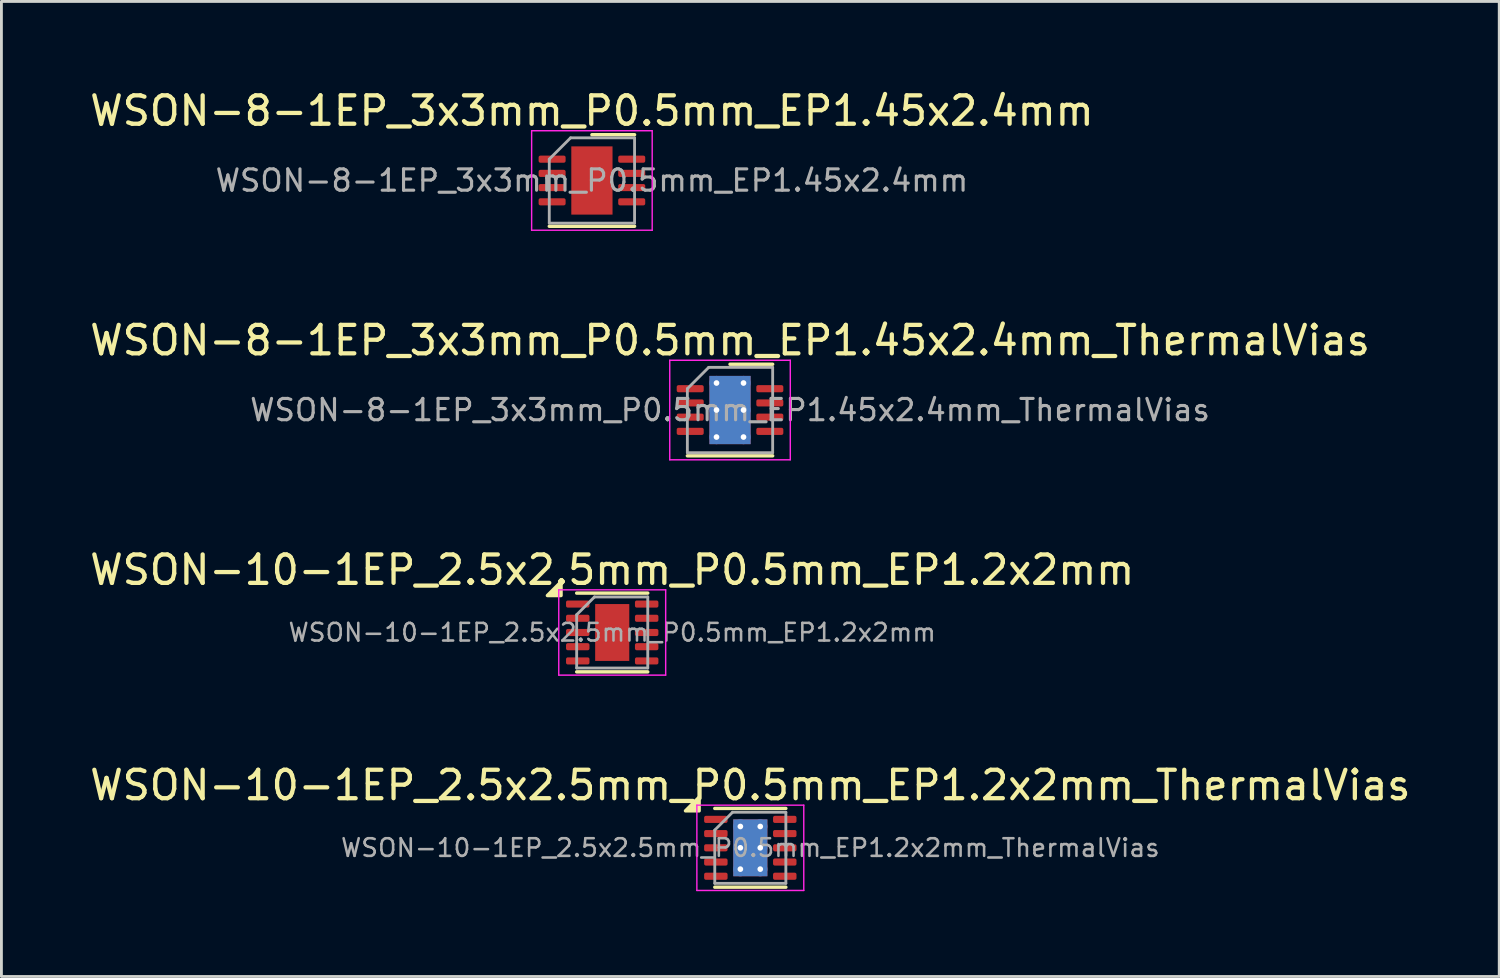
<source format=kicad_pcb>
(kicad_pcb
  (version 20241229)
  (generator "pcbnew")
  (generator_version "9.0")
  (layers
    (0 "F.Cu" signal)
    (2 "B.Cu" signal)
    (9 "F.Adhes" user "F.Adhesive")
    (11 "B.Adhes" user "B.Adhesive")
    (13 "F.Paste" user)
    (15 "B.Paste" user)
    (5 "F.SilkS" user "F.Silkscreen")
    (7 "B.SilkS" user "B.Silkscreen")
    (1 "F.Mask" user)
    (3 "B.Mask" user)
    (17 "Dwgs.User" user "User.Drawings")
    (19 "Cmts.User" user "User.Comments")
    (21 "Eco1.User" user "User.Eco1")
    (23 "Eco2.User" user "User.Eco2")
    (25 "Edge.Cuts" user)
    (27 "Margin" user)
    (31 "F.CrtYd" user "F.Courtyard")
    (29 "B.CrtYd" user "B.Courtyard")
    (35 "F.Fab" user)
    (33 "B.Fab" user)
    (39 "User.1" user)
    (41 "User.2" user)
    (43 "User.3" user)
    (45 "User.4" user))
  (footprint "WSON-8-1EP_3x3mm_P0.5mm_EP1.45x2.4mm"
    (layer "F.Cu")
    (at 17.768 3.298)
    (property "Reference" "WSON-8-1EP_3x3mm_P0.5mm_EP1.45x2.4mm" (at 0 -2.45 0) (layer "F.SilkS") (effects (font (size 1 1) (thickness 0.15))))
    (attr smd)
    (fp_line (start -1.5 1.61) (end 1.5 1.61) (stroke (width 0.12) (type solid)) (layer "F.SilkS"))
    (fp_line (start 0 -1.61) (end 1.5 -1.61) (stroke (width 0.12) (type solid)) (layer "F.SilkS"))
    (fp_line (start -2.12 -1.75) (end -2.12 1.75) (stroke (width 0.05) (type solid)) (layer "F.CrtYd"))
    (fp_line (start -2.12 1.75) (end 2.12 1.75) (stroke (width 0.05) (type solid)) (layer "F.CrtYd"))
    (fp_line (start 2.12 -1.75) (end -2.12 -1.75) (stroke (width 0.05) (type solid)) (layer "F.CrtYd"))
    (fp_line (start 2.12 1.75) (end 2.12 -1.75) (stroke (width 0.05) (type solid)) (layer "F.CrtYd"))
    (fp_line (start -1.5 -0.75) (end -0.75 -1.5) (stroke (width 0.1) (type solid)) (layer "F.Fab"))
    (fp_line (start -1.5 1.5) (end -1.5 -0.75) (stroke (width 0.1) (type solid)) (layer "F.Fab"))
    (fp_line (start -0.75 -1.5) (end 1.5 -1.5) (stroke (width 0.1) (type solid)) (layer "F.Fab"))
    (fp_line (start 1.5 -1.5) (end 1.5 1.5) (stroke (width 0.1) (type solid)) (layer "F.Fab"))
    (fp_line (start 1.5 1.5) (end -1.5 1.5) (stroke (width 0.1) (type solid)) (layer "F.Fab"))
    (fp_text user "${REFERENCE}" (at 0 0 0) (layer "F.Fab") (effects (font (size 0.75 0.75) (thickness 0.11))))
    (pad "" smd roundrect (at 0 -0.6) (size 1.17 0.97) (layers "F.Paste") (roundrect_rratio 0.25))
    (pad "" smd roundrect (at 0 0.6) (size 1.17 0.97) (layers "F.Paste") (roundrect_rratio 0.25))
    (pad "1" smd roundrect (at -1.4 -0.75) (size 0.95 0.25) (layers "F.Cu" "F.Mask" "F.Paste") (roundrect_rratio 0.25))
    (pad "2" smd roundrect (at -1.4 -0.25) (size 0.95 0.25) (layers "F.Cu" "F.Mask" "F.Paste") (roundrect_rratio 0.25))
    (pad "3" smd roundrect (at -1.4 0.25) (size 0.95 0.25) (layers "F.Cu" "F.Mask" "F.Paste") (roundrect_rratio 0.25))
    (pad "4" smd roundrect (at -1.4 0.75) (size 0.95 0.25) (layers "F.Cu" "F.Mask" "F.Paste") (roundrect_rratio 0.25))
    (pad "5" smd roundrect (at 1.4 0.75) (size 0.95 0.25) (layers "F.Cu" "F.Mask" "F.Paste") (roundrect_rratio 0.25))
    (pad "6" smd roundrect (at 1.4 0.25) (size 0.95 0.25) (layers "F.Cu" "F.Mask" "F.Paste") (roundrect_rratio 0.25))
    (pad "7" smd roundrect (at 1.4 -0.25) (size 0.95 0.25) (layers "F.Cu" "F.Mask" "F.Paste") (roundrect_rratio 0.25))
    (pad "8" smd roundrect (at 1.4 -0.75) (size 0.95 0.25) (layers "F.Cu" "F.Mask" "F.Paste") (roundrect_rratio 0.25))
    (pad "9" smd rect (at 0 0) (size 1.45 2.4) (layers "F.Cu" "F.Mask")))
  (footprint "WSON-10-1EP_2.5x2.5mm_P0.5mm_EP1.2x2mm"
    (layer "F.Cu")
    (at 18.482 19.195)
    (property "Reference" "WSON-10-1EP_2.5x2.5mm_P0.5mm_EP1.2x2mm" (at 0 -2.2 0) (layer "F.SilkS") (effects (font (size 1 1) (thickness 0.15))))
    (attr smd)
    (fp_line (start -1.25 -1.385) (end 1.25 -1.385) (stroke (width 0.12) (type solid)) (layer "F.SilkS"))
    (fp_line (start -1.25 1.385) (end 1.25 1.385) (stroke (width 0.12) (type solid)) (layer "F.SilkS"))
    (fp_poly (pts (xy -1.8 -1.3) (xy -2.28 -1.3) (xy -1.8 -1.78) (xy -1.8 -1.3)) (stroke (width 0.12) (type solid)) (fill yes) (layer "F.SilkS"))
    (fp_line (start -1.88 -1.5) (end -1.88 1.5) (stroke (width 0.05) (type solid)) (layer "F.CrtYd"))
    (fp_line (start -1.88 1.5) (end 1.88 1.5) (stroke (width 0.05) (type solid)) (layer "F.CrtYd"))
    (fp_line (start 1.88 -1.5) (end -1.88 -1.5) (stroke (width 0.05) (type solid)) (layer "F.CrtYd"))
    (fp_line (start 1.88 1.5) (end 1.88 -1.5) (stroke (width 0.05) (type solid)) (layer "F.CrtYd"))
    (fp_line (start -1.25 -0.625) (end -0.625 -1.25) (stroke (width 0.1) (type solid)) (layer "F.Fab"))
    (fp_line (start -1.25 1.25) (end -1.25 -0.625) (stroke (width 0.1) (type solid)) (layer "F.Fab"))
    (fp_line (start -0.625 -1.25) (end 1.25 -1.25) (stroke (width 0.1) (type solid)) (layer "F.Fab"))
    (fp_line (start 1.25 -1.25) (end 1.25 1.25) (stroke (width 0.1) (type solid)) (layer "F.Fab"))
    (fp_line (start 1.25 1.25) (end -1.25 1.25) (stroke (width 0.1) (type solid)) (layer "F.Fab"))
    (fp_text user "${REFERENCE}" (at 0 0 0) (layer "F.Fab") (effects (font (size 0.62 0.62) (thickness 0.09))))
    (pad "" smd roundrect (at -0.3 -0.5) (size 0.48 0.81) (layers "F.Paste") (roundrect_rratio 0.25))
    (pad "" smd roundrect (at -0.3 0.5) (size 0.48 0.81) (layers "F.Paste") (roundrect_rratio 0.25))
    (pad "" smd roundrect (at 0.3 -0.5) (size 0.48 0.81) (layers "F.Paste") (roundrect_rratio 0.25))
    (pad "" smd roundrect (at 0.3 0.5) (size 0.48 0.81) (layers "F.Paste") (roundrect_rratio 0.25))
    (pad "1" smd roundrect (at -1.212 -1) (size 0.825 0.25) (layers "F.Cu" "F.Mask" "F.Paste") (roundrect_rratio 0.25))
    (pad "2" smd roundrect (at -1.212 -0.5) (size 0.825 0.25) (layers "F.Cu" "F.Mask" "F.Paste") (roundrect_rratio 0.25))
    (pad "3" smd roundrect (at -1.212 0) (size 0.825 0.25) (layers "F.Cu" "F.Mask" "F.Paste") (roundrect_rratio 0.25))
    (pad "4" smd roundrect (at -1.212 0.5) (size 0.825 0.25) (layers "F.Cu" "F.Mask" "F.Paste") (roundrect_rratio 0.25))
    (pad "5" smd roundrect (at -1.212 1) (size 0.825 0.25) (layers "F.Cu" "F.Mask" "F.Paste") (roundrect_rratio 0.25))
    (pad "6" smd roundrect (at 1.212 1) (size 0.825 0.25) (layers "F.Cu" "F.Mask" "F.Paste") (roundrect_rratio 0.25))
    (pad "7" smd roundrect (at 1.212 0.5) (size 0.825 0.25) (layers "F.Cu" "F.Mask" "F.Paste") (roundrect_rratio 0.25))
    (pad "8" smd roundrect (at 1.212 0) (size 0.825 0.25) (layers "F.Cu" "F.Mask" "F.Paste") (roundrect_rratio 0.25))
    (pad "9" smd roundrect (at 1.212 -0.5) (size 0.825 0.25) (layers "F.Cu" "F.Mask" "F.Paste") (roundrect_rratio 0.25))
    (pad "10" smd roundrect (at 1.212 -1) (size 0.825 0.25) (layers "F.Cu" "F.Mask" "F.Paste") (roundrect_rratio 0.25))
    (pad "11" smd rect (at 0 0) (size 1.2 2) (property pad_prop_heatsink) (layers "F.Cu" "F.Mask")))
  (footprint "WSON-10-1EP_2.5x2.5mm_P0.5mm_EP1.2x2mm_ThermalVias"
    (layer "F.Cu")
    (at 23.339 26.768)
    (property "Reference" "WSON-10-1EP_2.5x2.5mm_P0.5mm_EP1.2x2mm_ThermalVias" (at 0 -2.2 0) (layer "F.SilkS") (effects (font (size 1 1) (thickness 0.15))))
    (attr smd)
    (fp_line (start -1.25 -1.385) (end 1.25 -1.385) (stroke (width 0.12) (type solid)) (layer "F.SilkS"))
    (fp_line (start -1.25 1.385) (end 1.25 1.385) (stroke (width 0.12) (type solid)) (layer "F.SilkS"))
    (fp_poly (pts (xy -1.8 -1.3) (xy -2.28 -1.3) (xy -1.8 -1.78) (xy -1.8 -1.3)) (stroke (width 0.12) (type solid)) (fill yes) (layer "F.SilkS"))
    (fp_line (start -1.88 -1.5) (end -1.88 1.5) (stroke (width 0.05) (type solid)) (layer "F.CrtYd"))
    (fp_line (start -1.88 1.5) (end 1.88 1.5) (stroke (width 0.05) (type solid)) (layer "F.CrtYd"))
    (fp_line (start 1.88 -1.5) (end -1.88 -1.5) (stroke (width 0.05) (type solid)) (layer "F.CrtYd"))
    (fp_line (start 1.88 1.5) (end 1.88 -1.5) (stroke (width 0.05) (type solid)) (layer "F.CrtYd"))
    (fp_line (start -1.25 -0.625) (end -0.625 -1.25) (stroke (width 0.1) (type solid)) (layer "F.Fab"))
    (fp_line (start -1.25 1.25) (end -1.25 -0.625) (stroke (width 0.1) (type solid)) (layer "F.Fab"))
    (fp_line (start -0.625 -1.25) (end 1.25 -1.25) (stroke (width 0.1) (type solid)) (layer "F.Fab"))
    (fp_line (start 1.25 -1.25) (end 1.25 1.25) (stroke (width 0.1) (type solid)) (layer "F.Fab"))
    (fp_line (start 1.25 1.25) (end -1.25 1.25) (stroke (width 0.1) (type solid)) (layer "F.Fab"))
    (fp_text user "${REFERENCE}" (at 0 0 0) (layer "F.Fab") (effects (font (size 0.62 0.62) (thickness 0.09))))
    (pad "" smd roundrect (at -0.3 -0.5) (size 0.52 0.87) (layers "F.Paste") (roundrect_rratio 0.25))
    (pad "" smd roundrect (at -0.3 0.5) (size 0.52 0.87) (layers "F.Paste") (roundrect_rratio 0.25))
    (pad "" smd roundrect (at 0.3 -0.5) (size 0.52 0.87) (layers "F.Paste") (roundrect_rratio 0.25))
    (pad "" smd roundrect (at 0.3 0.5) (size 0.52 0.87) (layers "F.Paste") (roundrect_rratio 0.25))
    (pad "1" smd roundrect (at -1.212 -1) (size 0.825 0.25) (layers "F.Cu" "F.Mask" "F.Paste") (roundrect_rratio 0.25))
    (pad "2" smd roundrect (at -1.212 -0.5) (size 0.825 0.25) (layers "F.Cu" "F.Mask" "F.Paste") (roundrect_rratio 0.25))
    (pad "3" smd roundrect (at -1.212 0) (size 0.825 0.25) (layers "F.Cu" "F.Mask" "F.Paste") (roundrect_rratio 0.25))
    (pad "4" smd roundrect (at -1.212 0.5) (size 0.825 0.25) (layers "F.Cu" "F.Mask" "F.Paste") (roundrect_rratio 0.25))
    (pad "5" smd roundrect (at -1.212 1) (size 0.825 0.25) (layers "F.Cu" "F.Mask" "F.Paste") (roundrect_rratio 0.25))
    (pad "6" smd roundrect (at 1.212 1) (size 0.825 0.25) (layers "F.Cu" "F.Mask" "F.Paste") (roundrect_rratio 0.25))
    (pad "7" smd roundrect (at 1.212 0.5) (size 0.825 0.25) (layers "F.Cu" "F.Mask" "F.Paste") (roundrect_rratio 0.25))
    (pad "8" smd roundrect (at 1.212 0) (size 0.825 0.25) (layers "F.Cu" "F.Mask" "F.Paste") (roundrect_rratio 0.25))
    (pad "9" smd roundrect (at 1.212 -0.5) (size 0.825 0.25) (layers "F.Cu" "F.Mask" "F.Paste") (roundrect_rratio 0.25))
    (pad "10" smd roundrect (at 1.212 -1) (size 0.825 0.25) (layers "F.Cu" "F.Mask" "F.Paste") (roundrect_rratio 0.25))
    (pad "11" thru_hole circle (at -0.35 -0.75) (size 0.5 0.5) (drill 0.2) (property pad_prop_heatsink) (layers "*.Cu"))
    (pad "11" thru_hole circle (at -0.35 0) (size 0.5 0.5) (drill 0.2) (property pad_prop_heatsink) (layers "*.Cu"))
    (pad "11" thru_hole circle (at -0.35 0.75) (size 0.5 0.5) (drill 0.2) (property pad_prop_heatsink) (layers "*.Cu"))
    (pad "11" smd rect (at 0 0) (size 1.2 2) (property pad_prop_heatsink) (layers "F.Cu" "F.Mask"))
    (pad "11" smd rect (at 0 0) (size 1.2 2) (property pad_prop_heatsink) (layers "B.Cu"))
    (pad "11" thru_hole circle (at 0.35 -0.75) (size 0.5 0.5) (drill 0.2) (property pad_prop_heatsink) (layers "*.Cu"))
    (pad "11" thru_hole circle (at 0.35 0) (size 0.5 0.5) (drill 0.2) (property pad_prop_heatsink) (layers "*.Cu"))
    (pad "11" thru_hole circle (at 0.35 0.75) (size 0.5 0.5) (drill 0.2) (property pad_prop_heatsink) (layers "*.Cu")))
  (footprint "WSON-8-1EP_3x3mm_P0.5mm_EP1.45x2.4mm_ThermalVias"
    (layer "F.Cu")
    (at 22.625 11.371)
    (property "Reference" "WSON-8-1EP_3x3mm_P0.5mm_EP1.45x2.4mm_ThermalVias" (at 0 -2.45 0) (layer "F.SilkS") (effects (font (size 1 1) (thickness 0.15))))
    (attr smd)
    (fp_line (start -1.5 1.61) (end 1.5 1.61) (stroke (width 0.12) (type solid)) (layer "F.SilkS"))
    (fp_line (start 0 -1.61) (end 1.5 -1.61) (stroke (width 0.12) (type solid)) (layer "F.SilkS"))
    (fp_line (start -2.12 -1.75) (end -2.12 1.75) (stroke (width 0.05) (type solid)) (layer "F.CrtYd"))
    (fp_line (start -2.12 1.75) (end 2.12 1.75) (stroke (width 0.05) (type solid)) (layer "F.CrtYd"))
    (fp_line (start 2.12 -1.75) (end -2.12 -1.75) (stroke (width 0.05) (type solid)) (layer "F.CrtYd"))
    (fp_line (start 2.12 1.75) (end 2.12 -1.75) (stroke (width 0.05) (type solid)) (layer "F.CrtYd"))
    (fp_line (start -1.5 -0.75) (end -0.75 -1.5) (stroke (width 0.1) (type solid)) (layer "F.Fab"))
    (fp_line (start -1.5 1.5) (end -1.5 -0.75) (stroke (width 0.1) (type solid)) (layer "F.Fab"))
    (fp_line (start -0.75 -1.5) (end 1.5 -1.5) (stroke (width 0.1) (type solid)) (layer "F.Fab"))
    (fp_line (start 1.5 -1.5) (end 1.5 1.5) (stroke (width 0.1) (type solid)) (layer "F.Fab"))
    (fp_line (start 1.5 1.5) (end -1.5 1.5) (stroke (width 0.1) (type solid)) (layer "F.Fab"))
    (fp_text user "${REFERENCE}" (at 0 0 0) (layer "F.Fab") (effects (font (size 0.75 0.75) (thickness 0.11))))
    (pad "" smd roundrect (at 0 -0.6) (size 1.26 1.04) (layers "F.Paste") (roundrect_rratio 0.24))
    (pad "" smd roundrect (at 0 0.6) (size 1.26 1.04) (layers "F.Paste") (roundrect_rratio 0.24))
    (pad "1" smd roundrect (at -1.4 -0.75) (size 0.95 0.25) (layers "F.Cu" "F.Mask" "F.Paste") (roundrect_rratio 0.25))
    (pad "2" smd roundrect (at -1.4 -0.25) (size 0.95 0.25) (layers "F.Cu" "F.Mask" "F.Paste") (roundrect_rratio 0.25))
    (pad "3" smd roundrect (at -1.4 0.25) (size 0.95 0.25) (layers "F.Cu" "F.Mask" "F.Paste") (roundrect_rratio 0.25))
    (pad "4" smd roundrect (at -1.4 0.75) (size 0.95 0.25) (layers "F.Cu" "F.Mask" "F.Paste") (roundrect_rratio 0.25))
    (pad "5" smd roundrect (at 1.4 0.75) (size 0.95 0.25) (layers "F.Cu" "F.Mask" "F.Paste") (roundrect_rratio 0.25))
    (pad "6" smd roundrect (at 1.4 0.25) (size 0.95 0.25) (layers "F.Cu" "F.Mask" "F.Paste") (roundrect_rratio 0.25))
    (pad "7" smd roundrect (at 1.4 -0.25) (size 0.95 0.25) (layers "F.Cu" "F.Mask" "F.Paste") (roundrect_rratio 0.25))
    (pad "8" smd roundrect (at 1.4 -0.75) (size 0.95 0.25) (layers "F.Cu" "F.Mask" "F.Paste") (roundrect_rratio 0.25))
    (pad "9" thru_hole circle (at -0.475 -0.95) (size 0.5 0.5) (drill 0.2) (layers "*.Cu"))
    (pad "9" thru_hole circle (at -0.475 0) (size 0.5 0.5) (drill 0.2) (layers "*.Cu"))
    (pad "9" thru_hole circle (at -0.475 0.95) (size 0.5 0.5) (drill 0.2) (layers "*.Cu"))
    (pad "9" smd rect (at 0 0) (size 1.45 2.4) (layers "F.Cu" "F.Mask"))
    (pad "9" smd rect (at 0 0) (size 1.45 2.4) (layers "B.Cu"))
    (pad "9" thru_hole circle (at 0.475 -0.95) (size 0.5 0.5) (drill 0.2) (layers "*.Cu"))
    (pad "9" thru_hole circle (at 0.475 0) (size 0.5 0.5) (drill 0.2) (layers "*.Cu"))
    (pad "9" thru_hole circle (at 0.475 0.95) (size 0.5 0.5) (drill 0.2) (layers "*.Cu")))
  (gr_rect
    (start -3 -3)
    (end 49.679 31.293)
    (stroke (width 0.1) (type default))
    (fill no)
    (layer "Edge.Cuts")))
</source>
